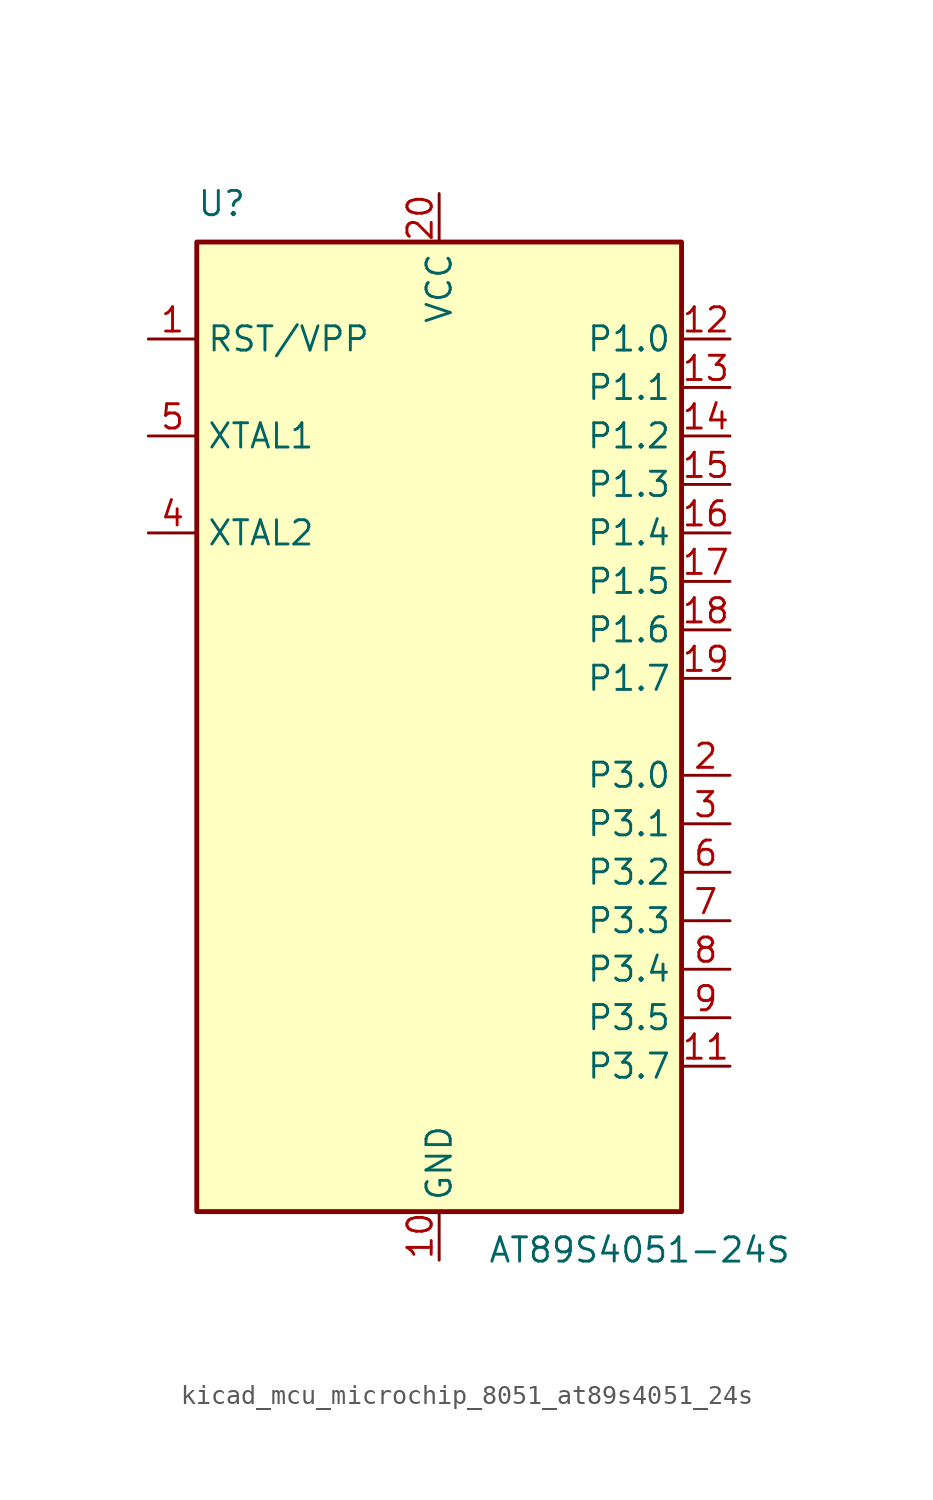
<source format=kicad_sym>
(kicad_symbol_lib
  (version 20220914)
  (generator kicad_symbol_editor)
  (symbol "kicad_mcu_microchip_8051_at89s4051_24s"
    (property "Reference" "U"
      (at -12.7 26.67 0)
      (effects (font (size 1.27 1.27)) (justify left bottom)))
    (property "Value" "AT89S4051-24S"
      (at 2.54 -26.67 0)
      (effects (font (size 1.27 1.27)) (justify left top)))
    (symbol "kicad_mcu_microchip_8051_at89s4051_24s_0_1"
      (rectangle (start -12.7 -25.4) (end 12.7 25.4) (stroke (width 0.254) (type default)) (fill (type background))))
    (symbol "kicad_mcu_microchip_8051_at89s4051_24s_1_1"
      (pin input line (at -15.24 20.32 0) (length 2.54) (name "RST/VPP" (effects (font (size 1.27 1.27)))) (number "1" (effects (font (size 1.27 1.27)))))
      (pin power_in line (at 0 -27.94 90) (length 2.54) (name "GND" (effects (font (size 1.27 1.27)))) (number "10" (effects (font (size 1.27 1.27)))))
      (pin bidirectional line (at 15.24 -17.78 180) (length 2.54) (name "P3.7" (effects (font (size 1.27 1.27)))) (number "11" (effects (font (size 1.27 1.27)))))
      (pin bidirectional line (at 15.24 20.32 180) (length 2.54) (name "P1.0" (effects (font (size 1.27 1.27)))) (number "12" (effects (font (size 1.27 1.27)))))
      (pin bidirectional line (at 15.24 17.78 180) (length 2.54) (name "P1.1" (effects (font (size 1.27 1.27)))) (number "13" (effects (font (size 1.27 1.27)))))
      (pin bidirectional line (at 15.24 15.24 180) (length 2.54) (name "P1.2" (effects (font (size 1.27 1.27)))) (number "14" (effects (font (size 1.27 1.27)))))
      (pin bidirectional line (at 15.24 12.7 180) (length 2.54) (name "P1.3" (effects (font (size 1.27 1.27)))) (number "15" (effects (font (size 1.27 1.27)))))
      (pin bidirectional line (at 15.24 10.16 180) (length 2.54) (name "P1.4" (effects (font (size 1.27 1.27)))) (number "16" (effects (font (size 1.27 1.27)))))
      (pin bidirectional line (at 15.24 7.62 180) (length 2.54) (name "P1.5" (effects (font (size 1.27 1.27)))) (number "17" (effects (font (size 1.27 1.27)))))
      (pin bidirectional line (at 15.24 5.08 180) (length 2.54) (name "P1.6" (effects (font (size 1.27 1.27)))) (number "18" (effects (font (size 1.27 1.27)))))
      (pin bidirectional line (at 15.24 2.54 180) (length 2.54) (name "P1.7" (effects (font (size 1.27 1.27)))) (number "19" (effects (font (size 1.27 1.27)))))
      (pin bidirectional line (at 15.24 -2.54 180) (length 2.54) (name "P3.0" (effects (font (size 1.27 1.27)))) (number "2" (effects (font (size 1.27 1.27)))))
      (pin power_in line (at 0 27.94 270) (length 2.54) (name "VCC" (effects (font (size 1.27 1.27)))) (number "20" (effects (font (size 1.27 1.27)))))
      (pin bidirectional line (at 15.24 -5.08 180) (length 2.54) (name "P3.1" (effects (font (size 1.27 1.27)))) (number "3" (effects (font (size 1.27 1.27)))))
      (pin output line (at -15.24 10.16 0) (length 2.54) (name "XTAL2" (effects (font (size 1.27 1.27)))) (number "4" (effects (font (size 1.27 1.27)))))
      (pin input line (at -15.24 15.24 0) (length 2.54) (name "XTAL1" (effects (font (size 1.27 1.27)))) (number "5" (effects (font (size 1.27 1.27)))))
      (pin bidirectional line (at 15.24 -7.62 180) (length 2.54) (name "P3.2" (effects (font (size 1.27 1.27)))) (number "6" (effects (font (size 1.27 1.27)))))
      (pin bidirectional line (at 15.24 -10.16 180) (length 2.54) (name "P3.3" (effects (font (size 1.27 1.27)))) (number "7" (effects (font (size 1.27 1.27)))))
      (pin bidirectional line (at 15.24 -12.7 180) (length 2.54) (name "P3.4" (effects (font (size 1.27 1.27)))) (number "8" (effects (font (size 1.27 1.27)))))
      (pin bidirectional line (at 15.24 -15.24 180) (length 2.54) (name "P3.5" (effects (font (size 1.27 1.27)))) (number "9" (effects (font (size 1.27 1.27))))))))
</source>
